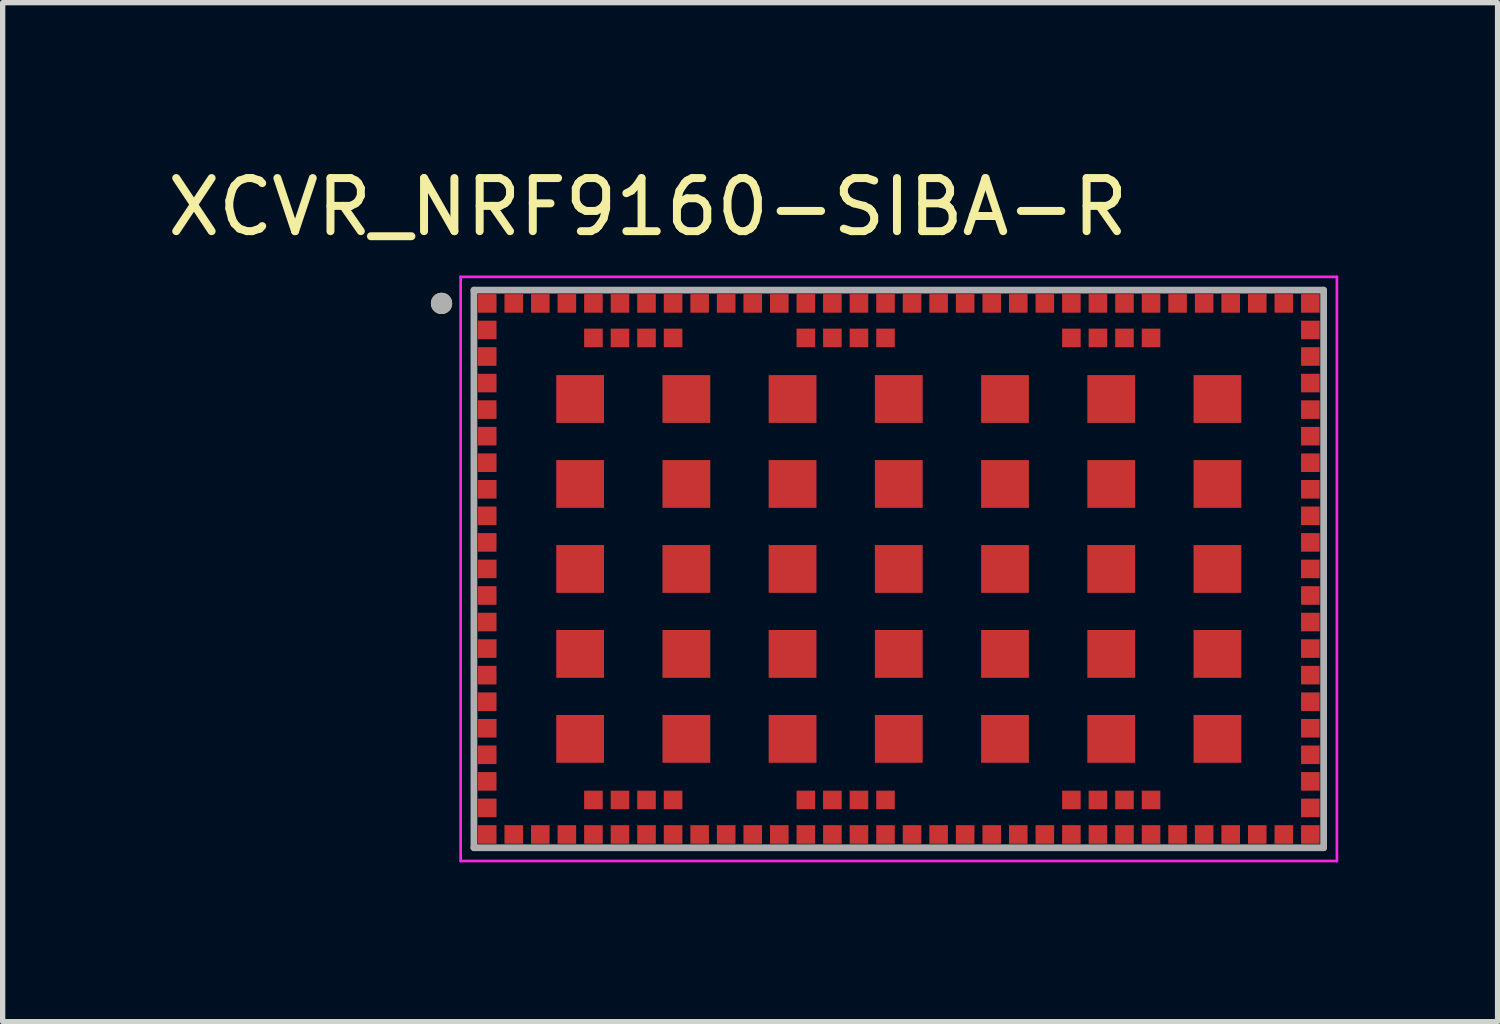
<source format=kicad_pcb>
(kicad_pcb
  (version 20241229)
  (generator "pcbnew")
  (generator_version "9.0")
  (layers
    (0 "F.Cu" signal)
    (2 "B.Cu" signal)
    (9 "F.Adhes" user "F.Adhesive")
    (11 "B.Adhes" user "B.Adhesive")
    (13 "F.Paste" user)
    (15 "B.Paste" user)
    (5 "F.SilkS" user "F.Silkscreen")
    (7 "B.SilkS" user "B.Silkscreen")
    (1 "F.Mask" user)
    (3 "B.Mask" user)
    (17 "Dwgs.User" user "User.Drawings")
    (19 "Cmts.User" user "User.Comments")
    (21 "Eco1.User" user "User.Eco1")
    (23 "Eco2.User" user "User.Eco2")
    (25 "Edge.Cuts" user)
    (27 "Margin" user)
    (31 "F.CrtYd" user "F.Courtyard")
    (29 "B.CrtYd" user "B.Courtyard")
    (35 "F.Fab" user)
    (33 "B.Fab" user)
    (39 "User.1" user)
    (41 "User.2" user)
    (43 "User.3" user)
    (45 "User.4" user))
  (footprint "XCVR_NRF9160-SIBA-R"
    (layer "F.Cu")
    (at 13.874 7.663)
    (property "Reference" "XCVR_NRF9160-SIBA-R" (at -4.725 -6.815 0) (layer "F.SilkS") (effects (font (size 1 1) (thickness 0.15))))
    (attr smd)
    (fp_poly (pts (xy -7.975 -5.225) (xy -7.525 -5.225) (xy -7.525 -4.775) (xy -7.975 -4.775)) (stroke (width 0.01) (type solid)) (fill yes) (layer "F.Mask"))
    (fp_poly (pts (xy -7.975 -4.725) (xy -7.525 -4.725) (xy -7.525 -4.275) (xy -7.975 -4.275)) (stroke (width 0.01) (type solid)) (fill yes) (layer "F.Mask"))
    (fp_poly (pts (xy -7.975 -4.225) (xy -7.525 -4.225) (xy -7.525 -3.775) (xy -7.975 -3.775)) (stroke (width 0.01) (type solid)) (fill yes) (layer "F.Mask"))
    (fp_poly (pts (xy -7.975 -3.725) (xy -7.525 -3.725) (xy -7.525 -3.275) (xy -7.975 -3.275)) (stroke (width 0.01) (type solid)) (fill yes) (layer "F.Mask"))
    (fp_poly (pts (xy -7.975 -3.225) (xy -7.525 -3.225) (xy -7.525 -2.775) (xy -7.975 -2.775)) (stroke (width 0.01) (type solid)) (fill yes) (layer "F.Mask"))
    (fp_poly (pts (xy -7.975 -2.725) (xy -7.525 -2.725) (xy -7.525 -2.275) (xy -7.975 -2.275)) (stroke (width 0.01) (type solid)) (fill yes) (layer "F.Mask"))
    (fp_poly (pts (xy -7.975 -2.225) (xy -7.525 -2.225) (xy -7.525 -1.775) (xy -7.975 -1.775)) (stroke (width 0.01) (type solid)) (fill yes) (layer "F.Mask"))
    (fp_poly (pts (xy -7.975 -1.725) (xy -7.525 -1.725) (xy -7.525 -1.275) (xy -7.975 -1.275)) (stroke (width 0.01) (type solid)) (fill yes) (layer "F.Mask"))
    (fp_poly (pts (xy -7.975 -1.225) (xy -7.525 -1.225) (xy -7.525 -0.775) (xy -7.975 -0.775)) (stroke (width 0.01) (type solid)) (fill yes) (layer "F.Mask"))
    (fp_poly (pts (xy -7.975 -0.725) (xy -7.525 -0.725) (xy -7.525 -0.275) (xy -7.975 -0.275)) (stroke (width 0.01) (type solid)) (fill yes) (layer "F.Mask"))
    (fp_poly (pts (xy -7.975 -0.225) (xy -7.525 -0.225) (xy -7.525 0.225) (xy -7.975 0.225)) (stroke (width 0.01) (type solid)) (fill yes) (layer "F.Mask"))
    (fp_poly (pts (xy -7.975 0.275) (xy -7.525 0.275) (xy -7.525 0.725) (xy -7.975 0.725)) (stroke (width 0.01) (type solid)) (fill yes) (layer "F.Mask"))
    (fp_poly (pts (xy -7.975 0.775) (xy -7.525 0.775) (xy -7.525 1.225) (xy -7.975 1.225)) (stroke (width 0.01) (type solid)) (fill yes) (layer "F.Mask"))
    (fp_poly (pts (xy -7.975 1.275) (xy -7.525 1.275) (xy -7.525 1.725) (xy -7.975 1.725)) (stroke (width 0.01) (type solid)) (fill yes) (layer "F.Mask"))
    (fp_poly (pts (xy -7.975 1.775) (xy -7.525 1.775) (xy -7.525 2.225) (xy -7.975 2.225)) (stroke (width 0.01) (type solid)) (fill yes) (layer "F.Mask"))
    (fp_poly (pts (xy -7.975 2.275) (xy -7.525 2.275) (xy -7.525 2.725) (xy -7.975 2.725)) (stroke (width 0.01) (type solid)) (fill yes) (layer "F.Mask"))
    (fp_poly (pts (xy -7.975 2.775) (xy -7.525 2.775) (xy -7.525 3.225) (xy -7.975 3.225)) (stroke (width 0.01) (type solid)) (fill yes) (layer "F.Mask"))
    (fp_poly (pts (xy -7.975 3.275) (xy -7.525 3.275) (xy -7.525 3.725) (xy -7.975 3.725)) (stroke (width 0.01) (type solid)) (fill yes) (layer "F.Mask"))
    (fp_poly (pts (xy -7.975 3.775) (xy -7.525 3.775) (xy -7.525 4.225) (xy -7.975 4.225)) (stroke (width 0.01) (type solid)) (fill yes) (layer "F.Mask"))
    (fp_poly (pts (xy -7.975 4.275) (xy -7.525 4.275) (xy -7.525 4.725) (xy -7.975 4.725)) (stroke (width 0.01) (type solid)) (fill yes) (layer "F.Mask"))
    (fp_poly (pts (xy -7.975 4.775) (xy -7.525 4.775) (xy -7.525 5.225) (xy -7.975 5.225)) (stroke (width 0.01) (type solid)) (fill yes) (layer "F.Mask"))
    (fp_poly (pts (xy -7.475 -5.225) (xy -7.025 -5.225) (xy -7.025 -4.775) (xy -7.475 -4.775)) (stroke (width 0.01) (type solid)) (fill yes) (layer "F.Mask"))
    (fp_poly (pts (xy -7.475 4.775) (xy -7.025 4.775) (xy -7.025 5.225) (xy -7.475 5.225)) (stroke (width 0.01) (type solid)) (fill yes) (layer "F.Mask"))
    (fp_poly (pts (xy -6.975 -5.225) (xy -6.525 -5.225) (xy -6.525 -4.775) (xy -6.975 -4.775)) (stroke (width 0.01) (type solid)) (fill yes) (layer "F.Mask"))
    (fp_poly (pts (xy -6.975 4.775) (xy -6.525 4.775) (xy -6.525 5.225) (xy -6.975 5.225)) (stroke (width 0.01) (type solid)) (fill yes) (layer "F.Mask"))
    (fp_poly (pts (xy -6.475 -5.225) (xy -6.025 -5.225) (xy -6.025 -4.775) (xy -6.475 -4.775)) (stroke (width 0.01) (type solid)) (fill yes) (layer "F.Mask"))
    (fp_poly (pts (xy -6.475 4.775) (xy -6.025 4.775) (xy -6.025 5.225) (xy -6.475 5.225)) (stroke (width 0.01) (type solid)) (fill yes) (layer "F.Mask"))
    (fp_poly (pts (xy -5.975 -5.225) (xy -5.525 -5.225) (xy -5.525 -4.775) (xy -5.975 -4.775)) (stroke (width 0.01) (type solid)) (fill yes) (layer "F.Mask"))
    (fp_poly (pts (xy -5.975 -4.575) (xy -5.525 -4.575) (xy -5.525 -4.125) (xy -5.975 -4.125)) (stroke (width 0.01) (type solid)) (fill yes) (layer "F.Mask"))
    (fp_poly (pts (xy -5.975 4.125) (xy -5.525 4.125) (xy -5.525 4.575) (xy -5.975 4.575)) (stroke (width 0.01) (type solid)) (fill yes) (layer "F.Mask"))
    (fp_poly (pts (xy -5.975 4.775) (xy -5.525 4.775) (xy -5.525 5.225) (xy -5.975 5.225)) (stroke (width 0.01) (type solid)) (fill yes) (layer "F.Mask"))
    (fp_poly (pts (xy -5.475 -5.225) (xy -5.025 -5.225) (xy -5.025 -4.775) (xy -5.475 -4.775)) (stroke (width 0.01) (type solid)) (fill yes) (layer "F.Mask"))
    (fp_poly (pts (xy -5.475 -4.575) (xy -5.025 -4.575) (xy -5.025 -4.125) (xy -5.475 -4.125)) (stroke (width 0.01) (type solid)) (fill yes) (layer "F.Mask"))
    (fp_poly (pts (xy -5.475 4.125) (xy -5.025 4.125) (xy -5.025 4.575) (xy -5.475 4.575)) (stroke (width 0.01) (type solid)) (fill yes) (layer "F.Mask"))
    (fp_poly (pts (xy -5.475 4.775) (xy -5.025 4.775) (xy -5.025 5.225) (xy -5.475 5.225)) (stroke (width 0.01) (type solid)) (fill yes) (layer "F.Mask"))
    (fp_poly (pts (xy -4.975 -5.225) (xy -4.525 -5.225) (xy -4.525 -4.775) (xy -4.975 -4.775)) (stroke (width 0.01) (type solid)) (fill yes) (layer "F.Mask"))
    (fp_poly (pts (xy -4.975 -4.575) (xy -4.525 -4.575) (xy -4.525 -4.125) (xy -4.975 -4.125)) (stroke (width 0.01) (type solid)) (fill yes) (layer "F.Mask"))
    (fp_poly (pts (xy -4.975 4.125) (xy -4.525 4.125) (xy -4.525 4.575) (xy -4.975 4.575)) (stroke (width 0.01) (type solid)) (fill yes) (layer "F.Mask"))
    (fp_poly (pts (xy -4.975 4.775) (xy -4.525 4.775) (xy -4.525 5.225) (xy -4.975 5.225)) (stroke (width 0.01) (type solid)) (fill yes) (layer "F.Mask"))
    (fp_poly (pts (xy -4.475 -5.225) (xy -4.025 -5.225) (xy -4.025 -4.775) (xy -4.475 -4.775)) (stroke (width 0.01) (type solid)) (fill yes) (layer "F.Mask"))
    (fp_poly (pts (xy -4.475 -4.575) (xy -4.025 -4.575) (xy -4.025 -4.125) (xy -4.475 -4.125)) (stroke (width 0.01) (type solid)) (fill yes) (layer "F.Mask"))
    (fp_poly (pts (xy -4.475 4.125) (xy -4.025 4.125) (xy -4.025 4.575) (xy -4.475 4.575)) (stroke (width 0.01) (type solid)) (fill yes) (layer "F.Mask"))
    (fp_poly (pts (xy -4.475 4.775) (xy -4.025 4.775) (xy -4.025 5.225) (xy -4.475 5.225)) (stroke (width 0.01) (type solid)) (fill yes) (layer "F.Mask"))
    (fp_poly (pts (xy -3.975 -5.225) (xy -3.525 -5.225) (xy -3.525 -4.775) (xy -3.975 -4.775)) (stroke (width 0.01) (type solid)) (fill yes) (layer "F.Mask"))
    (fp_poly (pts (xy -3.975 4.775) (xy -3.525 4.775) (xy -3.525 5.225) (xy -3.975 5.225)) (stroke (width 0.01) (type solid)) (fill yes) (layer "F.Mask"))
    (fp_poly (pts (xy -3.475 -5.225) (xy -3.025 -5.225) (xy -3.025 -4.775) (xy -3.475 -4.775)) (stroke (width 0.01) (type solid)) (fill yes) (layer "F.Mask"))
    (fp_poly (pts (xy -3.475 4.775) (xy -3.025 4.775) (xy -3.025 5.225) (xy -3.475 5.225)) (stroke (width 0.01) (type solid)) (fill yes) (layer "F.Mask"))
    (fp_poly (pts (xy -2.975 -5.225) (xy -2.525 -5.225) (xy -2.525 -4.775) (xy -2.975 -4.775)) (stroke (width 0.01) (type solid)) (fill yes) (layer "F.Mask"))
    (fp_poly (pts (xy -2.975 4.775) (xy -2.525 4.775) (xy -2.525 5.225) (xy -2.975 5.225)) (stroke (width 0.01) (type solid)) (fill yes) (layer "F.Mask"))
    (fp_poly (pts (xy -2.475 -5.225) (xy -2.025 -5.225) (xy -2.025 -4.775) (xy -2.475 -4.775)) (stroke (width 0.01) (type solid)) (fill yes) (layer "F.Mask"))
    (fp_poly (pts (xy -2.475 4.775) (xy -2.025 4.775) (xy -2.025 5.225) (xy -2.475 5.225)) (stroke (width 0.01) (type solid)) (fill yes) (layer "F.Mask"))
    (fp_poly (pts (xy -1.975 -5.225) (xy -1.525 -5.225) (xy -1.525 -4.775) (xy -1.975 -4.775)) (stroke (width 0.01) (type solid)) (fill yes) (layer "F.Mask"))
    (fp_poly (pts (xy -1.975 -4.575) (xy -1.525 -4.575) (xy -1.525 -4.125) (xy -1.975 -4.125)) (stroke (width 0.01) (type solid)) (fill yes) (layer "F.Mask"))
    (fp_poly (pts (xy -1.975 4.125) (xy -1.525 4.125) (xy -1.525 4.575) (xy -1.975 4.575)) (stroke (width 0.01) (type solid)) (fill yes) (layer "F.Mask"))
    (fp_poly (pts (xy -1.975 4.775) (xy -1.525 4.775) (xy -1.525 5.225) (xy -1.975 5.225)) (stroke (width 0.01) (type solid)) (fill yes) (layer "F.Mask"))
    (fp_poly (pts (xy -1.475 -5.225) (xy -1.025 -5.225) (xy -1.025 -4.775) (xy -1.475 -4.775)) (stroke (width 0.01) (type solid)) (fill yes) (layer "F.Mask"))
    (fp_poly (pts (xy -1.475 -4.575) (xy -1.025 -4.575) (xy -1.025 -4.125) (xy -1.475 -4.125)) (stroke (width 0.01) (type solid)) (fill yes) (layer "F.Mask"))
    (fp_poly (pts (xy -1.475 4.125) (xy -1.025 4.125) (xy -1.025 4.575) (xy -1.475 4.575)) (stroke (width 0.01) (type solid)) (fill yes) (layer "F.Mask"))
    (fp_poly (pts (xy -1.475 4.775) (xy -1.025 4.775) (xy -1.025 5.225) (xy -1.475 5.225)) (stroke (width 0.01) (type solid)) (fill yes) (layer "F.Mask"))
    (fp_poly (pts (xy -0.975 -5.225) (xy -0.525 -5.225) (xy -0.525 -4.775) (xy -0.975 -4.775)) (stroke (width 0.01) (type solid)) (fill yes) (layer "F.Mask"))
    (fp_poly (pts (xy -0.975 -4.575) (xy -0.525 -4.575) (xy -0.525 -4.125) (xy -0.975 -4.125)) (stroke (width 0.01) (type solid)) (fill yes) (layer "F.Mask"))
    (fp_poly (pts (xy -0.975 4.125) (xy -0.525 4.125) (xy -0.525 4.575) (xy -0.975 4.575)) (stroke (width 0.01) (type solid)) (fill yes) (layer "F.Mask"))
    (fp_poly (pts (xy -0.975 4.775) (xy -0.525 4.775) (xy -0.525 5.225) (xy -0.975 5.225)) (stroke (width 0.01) (type solid)) (fill yes) (layer "F.Mask"))
    (fp_poly (pts (xy -0.475 -5.225) (xy -0.025 -5.225) (xy -0.025 -4.775) (xy -0.475 -4.775)) (stroke (width 0.01) (type solid)) (fill yes) (layer "F.Mask"))
    (fp_poly (pts (xy -0.475 -4.575) (xy -0.025 -4.575) (xy -0.025 -4.125) (xy -0.475 -4.125)) (stroke (width 0.01) (type solid)) (fill yes) (layer "F.Mask"))
    (fp_poly (pts (xy -0.475 4.125) (xy -0.025 4.125) (xy -0.025 4.575) (xy -0.475 4.575)) (stroke (width 0.01) (type solid)) (fill yes) (layer "F.Mask"))
    (fp_poly (pts (xy -0.475 4.775) (xy -0.025 4.775) (xy -0.025 5.225) (xy -0.475 5.225)) (stroke (width 0.01) (type solid)) (fill yes) (layer "F.Mask"))
    (fp_poly (pts (xy 0.025 -5.225) (xy 0.475 -5.225) (xy 0.475 -4.775) (xy 0.025 -4.775)) (stroke (width 0.01) (type solid)) (fill yes) (layer "F.Mask"))
    (fp_poly (pts (xy 0.025 4.775) (xy 0.475 4.775) (xy 0.475 5.225) (xy 0.025 5.225)) (stroke (width 0.01) (type solid)) (fill yes) (layer "F.Mask"))
    (fp_poly (pts (xy 0.525 -5.225) (xy 0.975 -5.225) (xy 0.975 -4.775) (xy 0.525 -4.775)) (stroke (width 0.01) (type solid)) (fill yes) (layer "F.Mask"))
    (fp_poly (pts (xy 0.525 4.775) (xy 0.975 4.775) (xy 0.975 5.225) (xy 0.525 5.225)) (stroke (width 0.01) (type solid)) (fill yes) (layer "F.Mask"))
    (fp_poly (pts (xy 1.025 -5.225) (xy 1.475 -5.225) (xy 1.475 -4.775) (xy 1.025 -4.775)) (stroke (width 0.01) (type solid)) (fill yes) (layer "F.Mask"))
    (fp_poly (pts (xy 1.025 4.775) (xy 1.475 4.775) (xy 1.475 5.225) (xy 1.025 5.225)) (stroke (width 0.01) (type solid)) (fill yes) (layer "F.Mask"))
    (fp_poly (pts (xy 1.525 -5.225) (xy 1.975 -5.225) (xy 1.975 -4.775) (xy 1.525 -4.775)) (stroke (width 0.01) (type solid)) (fill yes) (layer "F.Mask"))
    (fp_poly (pts (xy 1.525 4.775) (xy 1.975 4.775) (xy 1.975 5.225) (xy 1.525 5.225)) (stroke (width 0.01) (type solid)) (fill yes) (layer "F.Mask"))
    (fp_poly (pts (xy 2.025 -5.225) (xy 2.475 -5.225) (xy 2.475 -4.775) (xy 2.025 -4.775)) (stroke (width 0.01) (type solid)) (fill yes) (layer "F.Mask"))
    (fp_poly (pts (xy 2.025 4.775) (xy 2.475 4.775) (xy 2.475 5.225) (xy 2.025 5.225)) (stroke (width 0.01) (type solid)) (fill yes) (layer "F.Mask"))
    (fp_poly (pts (xy 2.525 -5.225) (xy 2.975 -5.225) (xy 2.975 -4.775) (xy 2.525 -4.775)) (stroke (width 0.01) (type solid)) (fill yes) (layer "F.Mask"))
    (fp_poly (pts (xy 2.525 4.775) (xy 2.975 4.775) (xy 2.975 5.225) (xy 2.525 5.225)) (stroke (width 0.01) (type solid)) (fill yes) (layer "F.Mask"))
    (fp_poly (pts (xy 3.025 -5.225) (xy 3.475 -5.225) (xy 3.475 -4.775) (xy 3.025 -4.775)) (stroke (width 0.01) (type solid)) (fill yes) (layer "F.Mask"))
    (fp_poly (pts (xy 3.025 -4.575) (xy 3.475 -4.575) (xy 3.475 -4.125) (xy 3.025 -4.125)) (stroke (width 0.01) (type solid)) (fill yes) (layer "F.Mask"))
    (fp_poly (pts (xy 3.025 4.125) (xy 3.475 4.125) (xy 3.475 4.575) (xy 3.025 4.575)) (stroke (width 0.01) (type solid)) (fill yes) (layer "F.Mask"))
    (fp_poly (pts (xy 3.025 4.775) (xy 3.475 4.775) (xy 3.475 5.225) (xy 3.025 5.225)) (stroke (width 0.01) (type solid)) (fill yes) (layer "F.Mask"))
    (fp_poly (pts (xy 3.525 -5.225) (xy 3.975 -5.225) (xy 3.975 -4.775) (xy 3.525 -4.775)) (stroke (width 0.01) (type solid)) (fill yes) (layer "F.Mask"))
    (fp_poly (pts (xy 3.525 -4.575) (xy 3.975 -4.575) (xy 3.975 -4.125) (xy 3.525 -4.125)) (stroke (width 0.01) (type solid)) (fill yes) (layer "F.Mask"))
    (fp_poly (pts (xy 3.525 4.125) (xy 3.975 4.125) (xy 3.975 4.575) (xy 3.525 4.575)) (stroke (width 0.01) (type solid)) (fill yes) (layer "F.Mask"))
    (fp_poly (pts (xy 3.525 4.775) (xy 3.975 4.775) (xy 3.975 5.225) (xy 3.525 5.225)) (stroke (width 0.01) (type solid)) (fill yes) (layer "F.Mask"))
    (fp_poly (pts (xy 4.025 -5.225) (xy 4.475 -5.225) (xy 4.475 -4.775) (xy 4.025 -4.775)) (stroke (width 0.01) (type solid)) (fill yes) (layer "F.Mask"))
    (fp_poly (pts (xy 4.025 -4.575) (xy 4.475 -4.575) (xy 4.475 -4.125) (xy 4.025 -4.125)) (stroke (width 0.01) (type solid)) (fill yes) (layer "F.Mask"))
    (fp_poly (pts (xy 4.025 4.125) (xy 4.475 4.125) (xy 4.475 4.575) (xy 4.025 4.575)) (stroke (width 0.01) (type solid)) (fill yes) (layer "F.Mask"))
    (fp_poly (pts (xy 4.025 4.775) (xy 4.475 4.775) (xy 4.475 5.225) (xy 4.025 5.225)) (stroke (width 0.01) (type solid)) (fill yes) (layer "F.Mask"))
    (fp_poly (pts (xy 4.525 -5.225) (xy 4.975 -5.225) (xy 4.975 -4.775) (xy 4.525 -4.775)) (stroke (width 0.01) (type solid)) (fill yes) (layer "F.Mask"))
    (fp_poly (pts (xy 4.525 -4.575) (xy 4.975 -4.575) (xy 4.975 -4.125) (xy 4.525 -4.125)) (stroke (width 0.01) (type solid)) (fill yes) (layer "F.Mask"))
    (fp_poly (pts (xy 4.525 4.125) (xy 4.975 4.125) (xy 4.975 4.575) (xy 4.525 4.575)) (stroke (width 0.01) (type solid)) (fill yes) (layer "F.Mask"))
    (fp_poly (pts (xy 4.525 4.775) (xy 4.975 4.775) (xy 4.975 5.225) (xy 4.525 5.225)) (stroke (width 0.01) (type solid)) (fill yes) (layer "F.Mask"))
    (fp_poly (pts (xy 5.025 -5.225) (xy 5.475 -5.225) (xy 5.475 -4.775) (xy 5.025 -4.775)) (stroke (width 0.01) (type solid)) (fill yes) (layer "F.Mask"))
    (fp_poly (pts (xy 5.025 4.775) (xy 5.475 4.775) (xy 5.475 5.225) (xy 5.025 5.225)) (stroke (width 0.01) (type solid)) (fill yes) (layer "F.Mask"))
    (fp_poly (pts (xy 5.525 -5.225) (xy 5.975 -5.225) (xy 5.975 -4.775) (xy 5.525 -4.775)) (stroke (width 0.01) (type solid)) (fill yes) (layer "F.Mask"))
    (fp_poly (pts (xy 5.525 4.775) (xy 5.975 4.775) (xy 5.975 5.225) (xy 5.525 5.225)) (stroke (width 0.01) (type solid)) (fill yes) (layer "F.Mask"))
    (fp_poly (pts (xy 6.025 -5.225) (xy 6.475 -5.225) (xy 6.475 -4.775) (xy 6.025 -4.775)) (stroke (width 0.01) (type solid)) (fill yes) (layer "F.Mask"))
    (fp_poly (pts (xy 6.025 4.775) (xy 6.475 4.775) (xy 6.475 5.225) (xy 6.025 5.225)) (stroke (width 0.01) (type solid)) (fill yes) (layer "F.Mask"))
    (fp_poly (pts (xy 6.525 -5.225) (xy 6.975 -5.225) (xy 6.975 -4.775) (xy 6.525 -4.775)) (stroke (width 0.01) (type solid)) (fill yes) (layer "F.Mask"))
    (fp_poly (pts (xy 6.525 4.775) (xy 6.975 4.775) (xy 6.975 5.225) (xy 6.525 5.225)) (stroke (width 0.01) (type solid)) (fill yes) (layer "F.Mask"))
    (fp_poly (pts (xy 7.025 -5.225) (xy 7.475 -5.225) (xy 7.475 -4.775) (xy 7.025 -4.775)) (stroke (width 0.01) (type solid)) (fill yes) (layer "F.Mask"))
    (fp_poly (pts (xy 7.025 4.775) (xy 7.475 4.775) (xy 7.475 5.225) (xy 7.025 5.225)) (stroke (width 0.01) (type solid)) (fill yes) (layer "F.Mask"))
    (fp_poly (pts (xy 7.525 -5.225) (xy 7.975 -5.225) (xy 7.975 -4.775) (xy 7.525 -4.775)) (stroke (width 0.01) (type solid)) (fill yes) (layer "F.Mask"))
    (fp_poly (pts (xy 7.525 -4.725) (xy 7.975 -4.725) (xy 7.975 -4.275) (xy 7.525 -4.275)) (stroke (width 0.01) (type solid)) (fill yes) (layer "F.Mask"))
    (fp_poly (pts (xy 7.525 -4.225) (xy 7.975 -4.225) (xy 7.975 -3.775) (xy 7.525 -3.775)) (stroke (width 0.01) (type solid)) (fill yes) (layer "F.Mask"))
    (fp_poly (pts (xy 7.525 -3.725) (xy 7.975 -3.725) (xy 7.975 -3.275) (xy 7.525 -3.275)) (stroke (width 0.01) (type solid)) (fill yes) (layer "F.Mask"))
    (fp_poly (pts (xy 7.525 -3.225) (xy 7.975 -3.225) (xy 7.975 -2.775) (xy 7.525 -2.775)) (stroke (width 0.01) (type solid)) (fill yes) (layer "F.Mask"))
    (fp_poly (pts (xy 7.525 -2.725) (xy 7.975 -2.725) (xy 7.975 -2.275) (xy 7.525 -2.275)) (stroke (width 0.01) (type solid)) (fill yes) (layer "F.Mask"))
    (fp_poly (pts (xy 7.525 -2.225) (xy 7.975 -2.225) (xy 7.975 -1.775) (xy 7.525 -1.775)) (stroke (width 0.01) (type solid)) (fill yes) (layer "F.Mask"))
    (fp_poly (pts (xy 7.525 -1.725) (xy 7.975 -1.725) (xy 7.975 -1.275) (xy 7.525 -1.275)) (stroke (width 0.01) (type solid)) (fill yes) (layer "F.Mask"))
    (fp_poly (pts (xy 7.525 -1.225) (xy 7.975 -1.225) (xy 7.975 -0.775) (xy 7.525 -0.775)) (stroke (width 0.01) (type solid)) (fill yes) (layer "F.Mask"))
    (fp_poly (pts (xy 7.525 -0.725) (xy 7.975 -0.725) (xy 7.975 -0.275) (xy 7.525 -0.275)) (stroke (width 0.01) (type solid)) (fill yes) (layer "F.Mask"))
    (fp_poly (pts (xy 7.525 -0.225) (xy 7.975 -0.225) (xy 7.975 0.225) (xy 7.525 0.225)) (stroke (width 0.01) (type solid)) (fill yes) (layer "F.Mask"))
    (fp_poly (pts (xy 7.525 0.275) (xy 7.975 0.275) (xy 7.975 0.725) (xy 7.525 0.725)) (stroke (width 0.01) (type solid)) (fill yes) (layer "F.Mask"))
    (fp_poly (pts (xy 7.525 0.775) (xy 7.975 0.775) (xy 7.975 1.225) (xy 7.525 1.225)) (stroke (width 0.01) (type solid)) (fill yes) (layer "F.Mask"))
    (fp_poly (pts (xy 7.525 1.275) (xy 7.975 1.275) (xy 7.975 1.725) (xy 7.525 1.725)) (stroke (width 0.01) (type solid)) (fill yes) (layer "F.Mask"))
    (fp_poly (pts (xy 7.525 1.775) (xy 7.975 1.775) (xy 7.975 2.225) (xy 7.525 2.225)) (stroke (width 0.01) (type solid)) (fill yes) (layer "F.Mask"))
    (fp_poly (pts (xy 7.525 2.275) (xy 7.975 2.275) (xy 7.975 2.725) (xy 7.525 2.725)) (stroke (width 0.01) (type solid)) (fill yes) (layer "F.Mask"))
    (fp_poly (pts (xy 7.525 2.775) (xy 7.975 2.775) (xy 7.975 3.225) (xy 7.525 3.225)) (stroke (width 0.01) (type solid)) (fill yes) (layer "F.Mask"))
    (fp_poly (pts (xy 7.525 3.275) (xy 7.975 3.275) (xy 7.975 3.725) (xy 7.525 3.725)) (stroke (width 0.01) (type solid)) (fill yes) (layer "F.Mask"))
    (fp_poly (pts (xy 7.525 3.775) (xy 7.975 3.775) (xy 7.975 4.225) (xy 7.525 4.225)) (stroke (width 0.01) (type solid)) (fill yes) (layer "F.Mask"))
    (fp_poly (pts (xy 7.525 4.275) (xy 7.975 4.275) (xy 7.975 4.725) (xy 7.525 4.725)) (stroke (width 0.01) (type solid)) (fill yes) (layer "F.Mask"))
    (fp_poly (pts (xy 7.525 4.775) (xy 7.975 4.775) (xy 7.975 5.225) (xy 7.525 5.225)) (stroke (width 0.01) (type solid)) (fill yes) (layer "F.Mask"))
    (fp_circle (center -8.61 -5) (end -8.51 -5) (stroke (width 0.2) (type solid)) (fill no) (layer "F.SilkS"))
    (fp_line (start -8.25 -5.5) (end 8.25 -5.5) (stroke (width 0.05) (type solid)) (layer "F.CrtYd"))
    (fp_line (start -8.25 5.5) (end -8.25 -5.5) (stroke (width 0.05) (type solid)) (layer "F.CrtYd"))
    (fp_line (start 8.25 -5.5) (end 8.25 5.5) (stroke (width 0.05) (type solid)) (layer "F.CrtYd"))
    (fp_line (start 8.25 5.5) (end -8.25 5.5) (stroke (width 0.05) (type solid)) (layer "F.CrtYd"))
    (fp_line (start -8 -5.25) (end -8 5.25) (stroke (width 0.127) (type solid)) (layer "F.Fab"))
    (fp_line (start -8 5.25) (end 8 5.25) (stroke (width 0.127) (type solid)) (layer "F.Fab"))
    (fp_line (start 8 -5.25) (end -8 -5.25) (stroke (width 0.127) (type solid)) (layer "F.Fab"))
    (fp_line (start 8 5.25) (end 8 -5.25) (stroke (width 0.127) (type solid)) (layer "F.Fab"))
    (fp_circle (center -8.61 -5) (end -8.51 -5) (stroke (width 0.2) (type solid)) (fill no) (layer "F.Fab"))
    (pad "1" smd rect (at -7.75 -5) (size 0.35 0.35) (layers "F.Cu" "F.Paste"))
    (pad "2" smd rect (at -7.75 -4.5) (size 0.35 0.35) (layers "F.Cu" "F.Paste"))
    (pad "3" smd rect (at -7.75 -4) (size 0.35 0.35) (layers "F.Cu" "F.Paste"))
    (pad "4" smd rect (at -7.75 -3.5) (size 0.35 0.35) (layers "F.Cu" "F.Paste"))
    (pad "5" smd rect (at -7.75 -3) (size 0.35 0.35) (layers "F.Cu" "F.Paste"))
    (pad "6" smd rect (at -7.75 -2.5) (size 0.35 0.35) (layers "F.Cu" "F.Paste"))
    (pad "7" smd rect (at -7.75 -2) (size 0.35 0.35) (layers "F.Cu" "F.Paste"))
    (pad "8" smd rect (at -7.75 -1.5) (size 0.35 0.35) (layers "F.Cu" "F.Paste"))
    (pad "9" smd rect (at -7.75 -1) (size 0.35 0.35) (layers "F.Cu" "F.Paste"))
    (pad "10" smd rect (at -7.75 -0.5) (size 0.35 0.35) (layers "F.Cu" "F.Paste"))
    (pad "11" smd rect (at -7.75 0) (size 0.35 0.35) (layers "F.Cu" "F.Paste"))
    (pad "12" smd rect (at -7.75 0.5) (size 0.35 0.35) (layers "F.Cu" "F.Paste"))
    (pad "13" smd rect (at -7.75 1) (size 0.35 0.35) (layers "F.Cu" "F.Paste"))
    (pad "14" smd rect (at -7.75 1.5) (size 0.35 0.35) (layers "F.Cu" "F.Paste"))
    (pad "15" smd rect (at -7.75 2) (size 0.35 0.35) (layers "F.Cu" "F.Paste"))
    (pad "16" smd rect (at -7.75 2.5) (size 0.35 0.35) (layers "F.Cu" "F.Paste"))
    (pad "17" smd rect (at -7.75 3) (size 0.35 0.35) (layers "F.Cu" "F.Paste"))
    (pad "18" smd rect (at -7.75 3.5) (size 0.35 0.35) (layers "F.Cu" "F.Paste"))
    (pad "19" smd rect (at -7.75 4) (size 0.35 0.35) (layers "F.Cu" "F.Paste"))
    (pad "20" smd rect (at -7.75 4.5) (size 0.35 0.35) (layers "F.Cu" "F.Paste"))
    (pad "21" smd rect (at -7.75 5) (size 0.35 0.35) (layers "F.Cu" "F.Paste"))
    (pad "22" smd rect (at -7.25 5) (size 0.35 0.35) (layers "F.Cu" "F.Paste"))
    (pad "23" smd rect (at -6.75 5) (size 0.35 0.35) (layers "F.Cu" "F.Paste"))
    (pad "24" smd rect (at -6.25 5) (size 0.35 0.35) (layers "F.Cu" "F.Paste"))
    (pad "25" smd rect (at -5.75 5) (size 0.35 0.35) (layers "F.Cu" "F.Paste"))
    (pad "26" smd rect (at -5.25 5) (size 0.35 0.35) (layers "F.Cu" "F.Paste"))
    (pad "27" smd rect (at -4.75 5) (size 0.35 0.35) (layers "F.Cu" "F.Paste"))
    (pad "28" smd rect (at -4.25 5) (size 0.35 0.35) (layers "F.Cu" "F.Paste"))
    (pad "29" smd rect (at -3.75 5) (size 0.35 0.35) (layers "F.Cu" "F.Paste"))
    (pad "30" smd rect (at -3.25 5) (size 0.35 0.35) (layers "F.Cu" "F.Paste"))
    (pad "31" smd rect (at -2.75 5) (size 0.35 0.35) (layers "F.Cu" "F.Paste"))
    (pad "32" smd rect (at -2.25 5) (size 0.35 0.35) (layers "F.Cu" "F.Paste"))
    (pad "33" smd rect (at -1.75 5) (size 0.35 0.35) (layers "F.Cu" "F.Paste"))
    (pad "34" smd rect (at -1.25 5) (size 0.35 0.35) (layers "F.Cu" "F.Paste"))
    (pad "35" smd rect (at -0.75 5) (size 0.35 0.35) (layers "F.Cu" "F.Paste"))
    (pad "36" smd rect (at -0.25 5) (size 0.35 0.35) (layers "F.Cu" "F.Paste"))
    (pad "37" smd rect (at 0.25 5) (size 0.35 0.35) (layers "F.Cu" "F.Paste"))
    (pad "38" smd rect (at 0.75 5) (size 0.35 0.35) (layers "F.Cu" "F.Paste"))
    (pad "39" smd rect (at 1.25 5) (size 0.35 0.35) (layers "F.Cu" "F.Paste"))
    (pad "40" smd rect (at 1.75 5) (size 0.35 0.35) (layers "F.Cu" "F.Paste"))
    (pad "41" smd rect (at 2.25 5) (size 0.35 0.35) (layers "F.Cu" "F.Paste"))
    (pad "42" smd rect (at 2.75 5) (size 0.35 0.35) (layers "F.Cu" "F.Paste"))
    (pad "43" smd rect (at 3.25 5) (size 0.35 0.35) (layers "F.Cu" "F.Paste"))
    (pad "44" smd rect (at 3.75 5) (size 0.35 0.35) (layers "F.Cu" "F.Paste"))
    (pad "45" smd rect (at 4.25 5) (size 0.35 0.35) (layers "F.Cu" "F.Paste"))
    (pad "46" smd rect (at 4.75 5) (size 0.35 0.35) (layers "F.Cu" "F.Paste"))
    (pad "47" smd rect (at 5.25 5) (size 0.35 0.35) (layers "F.Cu" "F.Paste"))
    (pad "48" smd rect (at 5.75 5) (size 0.35 0.35) (layers "F.Cu" "F.Paste"))
    (pad "49" smd rect (at 6.25 5) (size 0.35 0.35) (layers "F.Cu" "F.Paste"))
    (pad "50" smd rect (at 6.75 5) (size 0.35 0.35) (layers "F.Cu" "F.Paste"))
    (pad "51" smd rect (at 7.25 5) (size 0.35 0.35) (layers "F.Cu" "F.Paste"))
    (pad "52" smd rect (at 7.75 5) (size 0.35 0.35) (layers "F.Cu" "F.Paste"))
    (pad "53" smd rect (at 7.75 4.5) (size 0.35 0.35) (layers "F.Cu" "F.Paste"))
    (pad "54" smd rect (at 7.75 4) (size 0.35 0.35) (layers "F.Cu" "F.Paste"))
    (pad "55" smd rect (at 7.75 3.5) (size 0.35 0.35) (layers "F.Cu" "F.Paste"))
    (pad "56" smd rect (at 7.75 3) (size 0.35 0.35) (layers "F.Cu" "F.Paste"))
    (pad "57" smd rect (at 7.75 2.5) (size 0.35 0.35) (layers "F.Cu" "F.Paste"))
    (pad "58" smd rect (at 7.75 2) (size 0.35 0.35) (layers "F.Cu" "F.Paste"))
    (pad "59" smd rect (at 7.75 1.5) (size 0.35 0.35) (layers "F.Cu" "F.Paste"))
    (pad "60" smd rect (at 7.75 1) (size 0.35 0.35) (layers "F.Cu" "F.Paste"))
    (pad "61" smd rect (at 7.75 0.5) (size 0.35 0.35) (layers "F.Cu" "F.Paste"))
    (pad "62" smd rect (at 7.75 0) (size 0.35 0.35) (layers "F.Cu" "F.Paste"))
    (pad "63" smd rect (at 7.75 -0.5) (size 0.35 0.35) (layers "F.Cu" "F.Paste"))
    (pad "64" smd rect (at 7.75 -1) (size 0.35 0.35) (layers "F.Cu" "F.Paste"))
    (pad "65" smd rect (at 7.75 -1.5) (size 0.35 0.35) (layers "F.Cu" "F.Paste"))
    (pad "66" smd rect (at 7.75 -2) (size 0.35 0.35) (layers "F.Cu" "F.Paste"))
    (pad "67" smd rect (at 7.75 -2.5) (size 0.35 0.35) (layers "F.Cu" "F.Paste"))
    (pad "68" smd rect (at 7.75 -3) (size 0.35 0.35) (layers "F.Cu" "F.Paste"))
    (pad "69" smd rect (at 7.75 -3.5) (size 0.35 0.35) (layers "F.Cu" "F.Paste"))
    (pad "70" smd rect (at 7.75 -4) (size 0.35 0.35) (layers "F.Cu" "F.Paste"))
    (pad "71" smd rect (at 7.75 -4.5) (size 0.35 0.35) (layers "F.Cu" "F.Paste"))
    (pad "72" smd rect (at 7.75 -5) (size 0.35 0.35) (layers "F.Cu" "F.Paste"))
    (pad "73" smd rect (at 7.25 -5) (size 0.35 0.35) (layers "F.Cu" "F.Paste"))
    (pad "74" smd rect (at 6.75 -5) (size 0.35 0.35) (layers "F.Cu" "F.Paste"))
    (pad "75" smd rect (at 6.25 -5) (size 0.35 0.35) (layers "F.Cu" "F.Paste"))
    (pad "76" smd rect (at 5.75 -5) (size 0.35 0.35) (layers "F.Cu" "F.Paste"))
    (pad "77" smd rect (at 5.25 -5) (size 0.35 0.35) (layers "F.Cu" "F.Paste"))
    (pad "78" smd rect (at 4.75 -5) (size 0.35 0.35) (layers "F.Cu" "F.Paste"))
    (pad "79" smd rect (at 4.25 -5) (size 0.35 0.35) (layers "F.Cu" "F.Paste"))
    (pad "80" smd rect (at 3.75 -5) (size 0.35 0.35) (layers "F.Cu" "F.Paste"))
    (pad "81" smd rect (at 3.25 -5) (size 0.35 0.35) (layers "F.Cu" "F.Paste"))
    (pad "82" smd rect (at 2.75 -5) (size 0.35 0.35) (layers "F.Cu" "F.Paste"))
    (pad "83" smd rect (at 2.25 -5) (size 0.35 0.35) (layers "F.Cu" "F.Paste"))
    (pad "84" smd rect (at 1.75 -5) (size 0.35 0.35) (layers "F.Cu" "F.Paste"))
    (pad "85" smd rect (at 1.25 -5) (size 0.35 0.35) (layers "F.Cu" "F.Paste"))
    (pad "86" smd rect (at 0.75 -5) (size 0.35 0.35) (layers "F.Cu" "F.Paste"))
    (pad "87" smd rect (at 0.25 -5) (size 0.35 0.35) (layers "F.Cu" "F.Paste"))
    (pad "88" smd rect (at -0.25 -5) (size 0.35 0.35) (layers "F.Cu" "F.Paste"))
    (pad "89" smd rect (at -0.75 -5) (size 0.35 0.35) (layers "F.Cu" "F.Paste"))
    (pad "90" smd rect (at -1.25 -5) (size 0.35 0.35) (layers "F.Cu" "F.Paste"))
    (pad "91" smd rect (at -1.75 -5) (size 0.35 0.35) (layers "F.Cu" "F.Paste"))
    (pad "92" smd rect (at -2.25 -5) (size 0.35 0.35) (layers "F.Cu" "F.Paste"))
    (pad "93" smd rect (at -2.75 -5) (size 0.35 0.35) (layers "F.Cu" "F.Paste"))
    (pad "94" smd rect (at -3.25 -5) (size 0.35 0.35) (layers "F.Cu" "F.Paste"))
    (pad "95" smd rect (at -3.75 -5) (size 0.35 0.35) (layers "F.Cu" "F.Paste"))
    (pad "96" smd rect (at -4.25 -5) (size 0.35 0.35) (layers "F.Cu" "F.Paste"))
    (pad "97" smd rect (at -4.75 -5) (size 0.35 0.35) (layers "F.Cu" "F.Paste"))
    (pad "98" smd rect (at -5.25 -5) (size 0.35 0.35) (layers "F.Cu" "F.Paste"))
    (pad "99" smd rect (at -5.75 -5) (size 0.35 0.35) (layers "F.Cu" "F.Paste"))
    (pad "100" smd rect (at -6.25 -5) (size 0.35 0.35) (layers "F.Cu" "F.Paste"))
    (pad "101" smd rect (at -6.75 -5) (size 0.35 0.35) (layers "F.Cu" "F.Paste"))
    (pad "102" smd rect (at -7.25 -5) (size 0.35 0.35) (layers "F.Cu" "F.Paste"))
    (pad "103_1" smd rect (at -6 3.2) (size 0.9 0.9) (layers "F.Cu" "F.Mask" "F.Paste"))
    (pad "103_2" smd rect (at -6 1.6) (size 0.9 0.9) (layers "F.Cu" "F.Mask" "F.Paste"))
    (pad "103_3" smd rect (at -6 0) (size 0.9 0.9) (layers "F.Cu" "F.Mask" "F.Paste"))
    (pad "103_4" smd rect (at -6 -1.6) (size 0.9 0.9) (layers "F.Cu" "F.Mask" "F.Paste"))
    (pad "103_5" smd rect (at -6 -3.2) (size 0.9 0.9) (layers "F.Cu" "F.Mask" "F.Paste"))
    (pad "103_6" smd rect (at -4 3.2) (size 0.9 0.9) (layers "F.Cu" "F.Mask" "F.Paste"))
    (pad "103_7" smd rect (at -4 1.6) (size 0.9 0.9) (layers "F.Cu" "F.Mask" "F.Paste"))
    (pad "103_8" smd rect (at -4 0) (size 0.9 0.9) (layers "F.Cu" "F.Mask" "F.Paste"))
    (pad "103_9" smd rect (at -4 -1.6) (size 0.9 0.9) (layers "F.Cu" "F.Mask" "F.Paste"))
    (pad "103_10" smd rect (at -4 -3.2) (size 0.9 0.9) (layers "F.Cu" "F.Mask" "F.Paste"))
    (pad "103_11" smd rect (at -2 3.2) (size 0.9 0.9) (layers "F.Cu" "F.Mask" "F.Paste"))
    (pad "103_12" smd rect (at -2 1.6) (size 0.9 0.9) (layers "F.Cu" "F.Mask" "F.Paste"))
    (pad "103_13" smd rect (at -2 0) (size 0.9 0.9) (layers "F.Cu" "F.Mask" "F.Paste"))
    (pad "103_14" smd rect (at -2 -1.6) (size 0.9 0.9) (layers "F.Cu" "F.Mask" "F.Paste"))
    (pad "103_15" smd rect (at -2 -3.2) (size 0.9 0.9) (layers "F.Cu" "F.Mask" "F.Paste"))
    (pad "103_16" smd rect (at 0 3.2) (size 0.9 0.9) (layers "F.Cu" "F.Mask" "F.Paste"))
    (pad "103_17" smd rect (at 0 1.6) (size 0.9 0.9) (layers "F.Cu" "F.Mask" "F.Paste"))
    (pad "103_18" smd rect (at 0 0) (size 0.9 0.9) (layers "F.Cu" "F.Mask" "F.Paste"))
    (pad "103_19" smd rect (at 0 -1.6) (size 0.9 0.9) (layers "F.Cu" "F.Mask" "F.Paste"))
    (pad "103_20" smd rect (at 0 -3.2) (size 0.9 0.9) (layers "F.Cu" "F.Mask" "F.Paste"))
    (pad "103_21" smd rect (at 2 3.2) (size 0.9 0.9) (layers "F.Cu" "F.Mask" "F.Paste"))
    (pad "103_22" smd rect (at 2 1.6) (size 0.9 0.9) (layers "F.Cu" "F.Mask" "F.Paste"))
    (pad "103_23" smd rect (at 2 0) (size 0.9 0.9) (layers "F.Cu" "F.Mask" "F.Paste"))
    (pad "103_24" smd rect (at 2 -1.6) (size 0.9 0.9) (layers "F.Cu" "F.Mask" "F.Paste"))
    (pad "103_25" smd rect (at 2 -3.2) (size 0.9 0.9) (layers "F.Cu" "F.Mask" "F.Paste"))
    (pad "103_26" smd rect (at 4 3.2) (size 0.9 0.9) (layers "F.Cu" "F.Mask" "F.Paste"))
    (pad "103_27" smd rect (at 4 1.6) (size 0.9 0.9) (layers "F.Cu" "F.Mask" "F.Paste"))
    (pad "103_28" smd rect (at 4 0) (size 0.9 0.9) (layers "F.Cu" "F.Mask" "F.Paste"))
    (pad "103_29" smd rect (at 4 -1.6) (size 0.9 0.9) (layers "F.Cu" "F.Mask" "F.Paste"))
    (pad "103_30" smd rect (at 4 -3.2) (size 0.9 0.9) (layers "F.Cu" "F.Mask" "F.Paste"))
    (pad "103_31" smd rect (at 6 3.2) (size 0.9 0.9) (layers "F.Cu" "F.Mask" "F.Paste"))
    (pad "103_32" smd rect (at 6 1.6) (size 0.9 0.9) (layers "F.Cu" "F.Mask" "F.Paste"))
    (pad "103_33" smd rect (at 6 0) (size 0.9 0.9) (layers "F.Cu" "F.Mask" "F.Paste"))
    (pad "103_34" smd rect (at 6 -1.6) (size 0.9 0.9) (layers "F.Cu" "F.Mask" "F.Paste"))
    (pad "103_35" smd rect (at 6 -3.2) (size 0.9 0.9) (layers "F.Cu" "F.Mask" "F.Paste"))
    (pad "104" smd rect (at -5.75 4.35) (size 0.35 0.35) (layers "F.Cu" "F.Paste"))
    (pad "105" smd rect (at -5.25 4.35) (size 0.35 0.35) (layers "F.Cu" "F.Paste"))
    (pad "106" smd rect (at -4.75 4.35) (size 0.35 0.35) (layers "F.Cu" "F.Paste"))
    (pad "107" smd rect (at -4.25 4.35) (size 0.35 0.35) (layers "F.Cu" "F.Paste"))
    (pad "108" smd rect (at -1.75 4.35) (size 0.35 0.35) (layers "F.Cu" "F.Paste"))
    (pad "109" smd rect (at -1.25 4.35) (size 0.35 0.35) (layers "F.Cu" "F.Paste"))
    (pad "110" smd rect (at -0.75 4.35) (size 0.35 0.35) (layers "F.Cu" "F.Paste"))
    (pad "111" smd rect (at -0.25 4.35) (size 0.35 0.35) (layers "F.Cu" "F.Paste"))
    (pad "112" smd rect (at 3.25 4.35) (size 0.35 0.35) (layers "F.Cu" "F.Paste"))
    (pad "113" smd rect (at 3.75 4.35) (size 0.35 0.35) (layers "F.Cu" "F.Paste"))
    (pad "114" smd rect (at 4.25 4.35) (size 0.35 0.35) (layers "F.Cu" "F.Paste"))
    (pad "115" smd rect (at 4.75 4.35) (size 0.35 0.35) (layers "F.Cu" "F.Paste"))
    (pad "116" smd rect (at 4.75 -4.35) (size 0.35 0.35) (layers "F.Cu" "F.Paste"))
    (pad "117" smd rect (at 4.25 -4.35) (size 0.35 0.35) (layers "F.Cu" "F.Paste"))
    (pad "118" smd rect (at 3.75 -4.35) (size 0.35 0.35) (layers "F.Cu" "F.Paste"))
    (pad "119" smd rect (at 3.25 -4.35) (size 0.35 0.35) (layers "F.Cu" "F.Paste"))
    (pad "120" smd rect (at -0.25 -4.35) (size 0.35 0.35) (layers "F.Cu" "F.Paste"))
    (pad "121" smd rect (at -0.75 -4.35) (size 0.35 0.35) (layers "F.Cu" "F.Paste"))
    (pad "122" smd rect (at -1.25 -4.35) (size 0.35 0.35) (layers "F.Cu" "F.Paste"))
    (pad "123" smd rect (at -1.75 -4.35) (size 0.35 0.35) (layers "F.Cu" "F.Paste"))
    (pad "124" smd rect (at -4.25 -4.35) (size 0.35 0.35) (layers "F.Cu" "F.Paste"))
    (pad "125" smd rect (at -4.75 -4.35) (size 0.35 0.35) (layers "F.Cu" "F.Paste"))
    (pad "126" smd rect (at -5.25 -4.35) (size 0.35 0.35) (layers "F.Cu" "F.Paste"))
    (pad "127" smd rect (at -5.75 -4.35) (size 0.35 0.35) (layers "F.Cu" "F.Paste")))
  (gr_rect
    (start -3 -3)
    (end 25.149 16.188)
    (stroke (width 0.1) (type default))
    (fill no)
    (layer "Edge.Cuts")))
</source>
